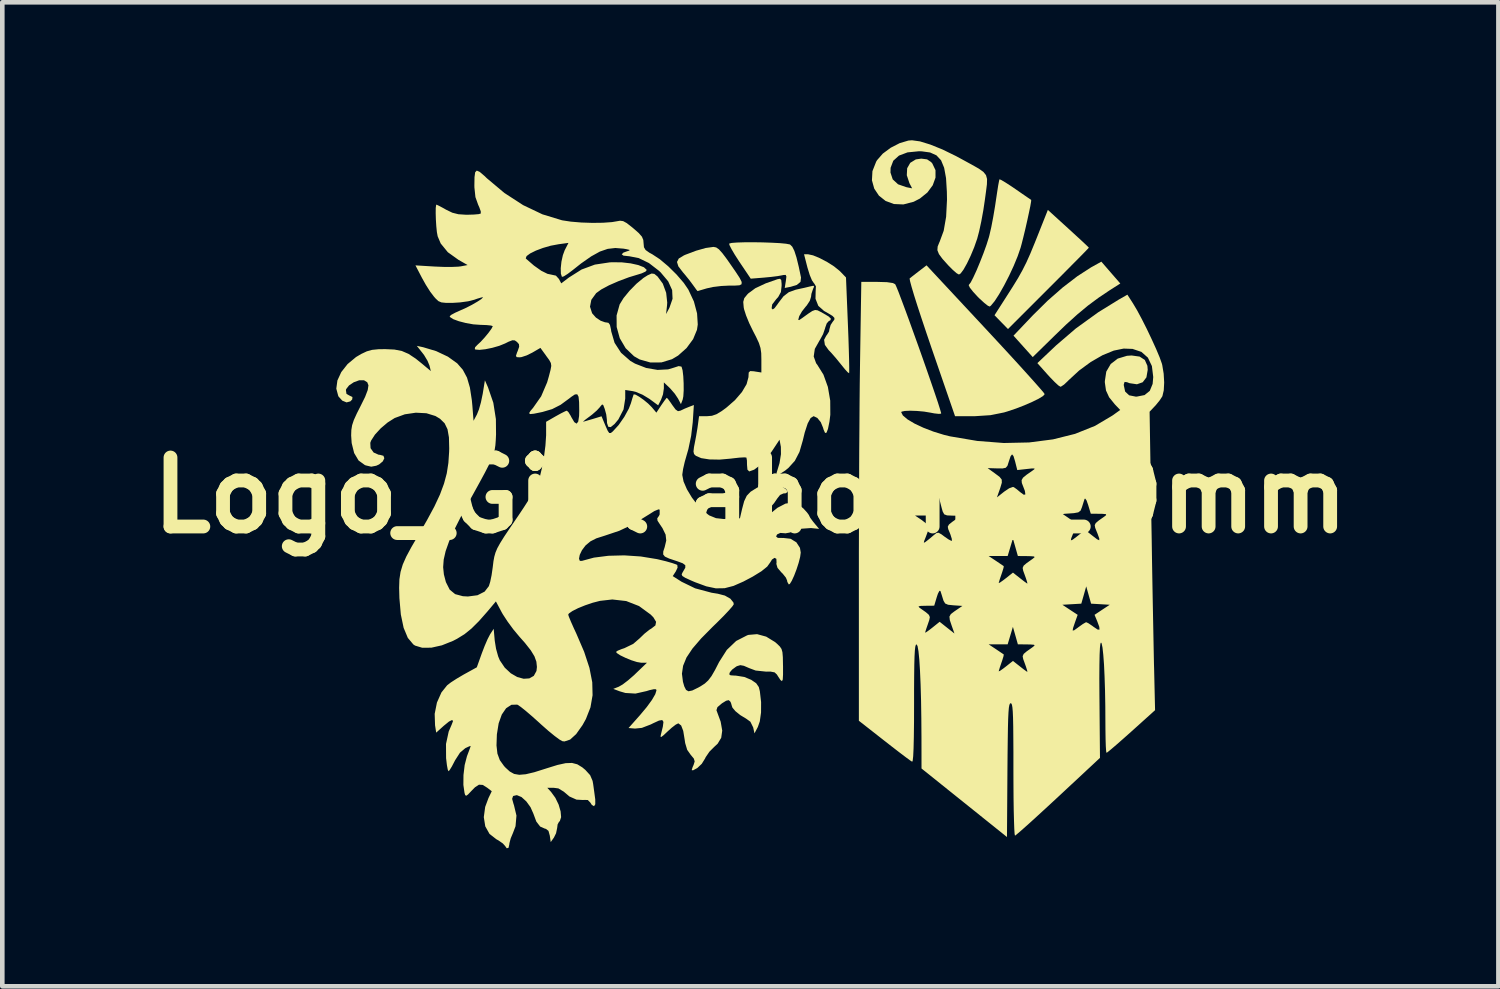
<source format=kicad_pcb>
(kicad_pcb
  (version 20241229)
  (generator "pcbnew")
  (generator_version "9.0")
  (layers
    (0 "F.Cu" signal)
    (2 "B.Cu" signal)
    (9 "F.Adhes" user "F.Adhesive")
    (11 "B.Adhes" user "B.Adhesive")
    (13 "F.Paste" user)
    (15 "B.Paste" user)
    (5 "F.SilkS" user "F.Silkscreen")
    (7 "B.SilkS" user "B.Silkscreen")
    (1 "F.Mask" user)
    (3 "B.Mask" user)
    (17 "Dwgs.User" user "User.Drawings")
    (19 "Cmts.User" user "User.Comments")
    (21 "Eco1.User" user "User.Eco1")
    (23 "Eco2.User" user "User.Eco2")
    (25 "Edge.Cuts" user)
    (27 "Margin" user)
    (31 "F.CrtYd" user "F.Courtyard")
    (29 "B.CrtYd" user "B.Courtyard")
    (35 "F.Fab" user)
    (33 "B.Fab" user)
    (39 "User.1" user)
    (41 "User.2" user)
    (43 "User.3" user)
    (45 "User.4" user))
  (footprint "Logo_Gjallahorn_20mm"
    (layer "F.Cu")
    (at 13.264 7.719)
    (property "Reference" "Logo_Gjallahorn_20mm" (at 0 0 0) (layer "F.SilkS") (effects (font (size 1.5 1.5) (thickness 0.3))))
    (attr board_only exclude_from_pos_files exclude_from_bom)
    (fp_poly (pts (xy 7.838 -4.842) (xy 8.044 -4.605) (xy 7.812 -4.457) (xy 7.569 -4.294) (xy 7.34 -4.124) (xy 7.11 -3.933) (xy 6.859 -3.706) (xy 6.62 -3.475) (xy 6.14 -3.005) (xy 5.931 -3.238) (xy 5.722 -3.471) (xy 6.145 -3.916) (xy 6.464 -4.231) (xy 6.791 -4.518) (xy 7.11 -4.763) (xy 7.407 -4.955) (xy 7.434 -4.97) (xy 7.632 -5.08)) (stroke (width 0) (type solid)) (fill yes) (layer "F.SilkS"))
    (fp_poly (pts (xy 6.914 -5.8) (xy 7.069 -5.658) (xy 7.201 -5.537) (xy 7.299 -5.445) (xy 7.353 -5.392) (xy 7.36 -5.384) (xy 7.333 -5.354) (xy 7.256 -5.274) (xy 7.136 -5.152) (xy 6.979 -4.994) (xy 6.794 -4.807) (xy 6.585 -4.598) (xy 6.481 -4.494) (xy 5.602 -3.615) (xy 5.455 -3.765) (xy 5.309 -3.915) (xy 5.548 -4.288) (xy 5.701 -4.528) (xy 5.821 -4.723) (xy 5.917 -4.895) (xy 6.002 -5.064) (xy 6.086 -5.251) (xy 6.18 -5.479) (xy 6.235 -5.616) (xy 6.469 -6.205)) (stroke (width 0) (type solid)) (fill yes) (layer "F.SilkS"))
    (fp_poly (pts (xy -0.742 -5.389) (xy -0.683 -5.348) (xy -0.609 -5.266) (xy -0.509 -5.133) (xy -0.447 -5.044) (xy -0.316 -4.855) (xy -0.23 -4.723) (xy -0.188 -4.638) (xy -0.191 -4.589) (xy -0.237 -4.566) (xy -0.328 -4.56) (xy -0.449 -4.56) (xy -0.631 -4.551) (xy -0.812 -4.529) (xy -0.944 -4.5) (xy -1.056 -4.467) (xy -1.131 -4.445) (xy -1.147 -4.44) (xy -1.172 -4.469) (xy -1.225 -4.542) (xy -1.245 -4.57) (xy -1.329 -4.683) (xy -1.432 -4.809) (xy -1.467 -4.85) (xy -1.565 -4.978) (xy -1.595 -5.073) (xy -1.556 -5.148) (xy -1.444 -5.216) (xy -1.41 -5.231) (xy -1.179 -5.318) (xy -0.971 -5.377) (xy -0.806 -5.4) (xy -0.797 -5.4)) (stroke (width 0) (type solid)) (fill yes) (layer "F.SilkS"))
    (fp_poly (pts (xy 0.265 -5.499) (xy 0.463 -5.492) (xy 0.639 -5.483) (xy 0.776 -5.47) (xy 0.856 -5.455) (xy 0.865 -5.451) (xy 0.912 -5.405) (xy 0.957 -5.315) (xy 1.003 -5.173) (xy 1.053 -4.968) (xy 1.102 -4.735) (xy 1.091 -4.641) (xy 1.011 -4.574) (xy 0.88 -4.534) (xy 0.748 -4.508) (xy 0.772 -4.658) (xy 0.784 -4.755) (xy 0.77 -4.792) (xy 0.716 -4.789) (xy 0.688 -4.783) (xy 0.594 -4.766) (xy 0.45 -4.748) (xy 0.294 -4.733) (xy 0.009 -4.71) (xy -0.239 -5.078) (xy -0.336 -5.228) (xy -0.41 -5.354) (xy -0.454 -5.441) (xy -0.46 -5.473) (xy -0.407 -5.487) (xy -0.291 -5.496) (xy -0.129 -5.501) (xy 0.062 -5.502)) (stroke (width 0) (type solid)) (fill yes) (layer "F.SilkS"))
    (fp_poly (pts (xy 5.116 -3.621) (xy 5.375 -3.342) (xy 5.617 -3.08) (xy 5.836 -2.841) (xy 6.026 -2.631) (xy 6.183 -2.456) (xy 6.302 -2.321) (xy 6.376 -2.234) (xy 6.4 -2.199) (xy 6.365 -2.159) (xy 6.269 -2.1) (xy 6.129 -2.031) (xy 5.959 -1.957) (xy 5.776 -1.886) (xy 5.594 -1.825) (xy 5.518 -1.802) (xy 5.22 -1.742) (xy 4.882 -1.72) (xy 4.836 -1.72) (xy 4.451 -1.72) (xy 3.94 -3.202) (xy 3.826 -3.537) (xy 3.723 -3.845) (xy 3.633 -4.119) (xy 3.56 -4.35) (xy 3.506 -4.532) (xy 3.473 -4.655) (xy 3.463 -4.712) (xy 3.464 -4.715) (xy 3.515 -4.756) (xy 3.605 -4.826) (xy 3.666 -4.873) (xy 3.831 -5)) (stroke (width 0) (type solid)) (fill yes) (layer "F.SilkS"))
    (fp_poly (pts (xy 1.364 -5.217) (xy 1.509 -5.157) (xy 1.669 -5.073) (xy 1.82 -4.977) (xy 1.938 -4.882) (xy 1.951 -4.87) (xy 2.08 -4.736) (xy 2.122 -3.703) (xy 2.133 -3.424) (xy 2.141 -3.173) (xy 2.147 -2.959) (xy 2.15 -2.794) (xy 2.15 -2.689) (xy 2.148 -2.654) (xy 2.117 -2.675) (xy 2.053 -2.745) (xy 1.969 -2.849) (xy 1.968 -2.85) (xy 1.865 -2.977) (xy 1.765 -3.092) (xy 1.702 -3.158) (xy 1.621 -3.27) (xy 1.604 -3.382) (xy 1.653 -3.474) (xy 1.66 -3.48) (xy 1.711 -3.56) (xy 1.72 -3.612) (xy 1.746 -3.704) (xy 1.789 -3.77) (xy 1.826 -3.818) (xy 1.829 -3.856) (xy 1.788 -3.899) (xy 1.692 -3.958) (xy 1.603 -4.008) (xy 1.478 -4.119) (xy 1.417 -4.273) (xy 1.42 -4.433) (xy 1.426 -4.544) (xy 1.386 -4.61) (xy 1.381 -4.614) (xy 1.34 -4.674) (xy 1.292 -4.789) (xy 1.247 -4.935) (xy 1.242 -4.951) (xy 1.168 -5.24) (xy 1.258 -5.24)) (stroke (width 0) (type solid)) (fill yes) (layer "F.SilkS"))
    (fp_poly (pts (xy 5.455 -6.856) (xy 5.543 -6.804) (xy 5.667 -6.724) (xy 5.767 -6.656) (xy 5.907 -6.559) (xy 6.019 -6.482) (xy 6.09 -6.434) (xy 6.107 -6.422) (xy 6.104 -6.384) (xy 6.087 -6.284) (xy 6.057 -6.141) (xy 6.02 -5.97) (xy 5.979 -5.79) (xy 5.937 -5.616) (xy 5.899 -5.466) (xy 5.876 -5.382) (xy 5.812 -5.197) (xy 5.726 -4.988) (xy 5.625 -4.771) (xy 5.517 -4.561) (xy 5.41 -4.373) (xy 5.313 -4.223) (xy 5.233 -4.126) (xy 5.206 -4.104) (xy 5.165 -4.121) (xy 5.085 -4.184) (xy 4.979 -4.281) (xy 4.943 -4.317) (xy 4.842 -4.427) (xy 4.773 -4.515) (xy 4.748 -4.568) (xy 4.751 -4.575) (xy 4.791 -4.627) (xy 4.849 -4.739) (xy 4.92 -4.893) (xy 4.995 -5.074) (xy 5.07 -5.265) (xy 5.136 -5.449) (xy 5.187 -5.611) (xy 5.199 -5.657) (xy 5.239 -5.831) (xy 5.281 -6.05) (xy 5.32 -6.281) (xy 5.339 -6.408) (xy 5.366 -6.588) (xy 5.389 -6.736) (xy 5.408 -6.836) (xy 5.417 -6.871)) (stroke (width 0) (type solid)) (fill yes) (layer "F.SilkS"))
    (fp_poly (pts (xy 3.689 -7.695) (xy 3.913 -7.626) (xy 4.178 -7.519) (xy 4.471 -7.376) (xy 4.615 -7.298) (xy 4.822 -7.185) (xy 4.97 -7.101) (xy 5.068 -7.031) (xy 5.124 -6.961) (xy 5.147 -6.877) (xy 5.144 -6.762) (xy 5.124 -6.604) (xy 5.101 -6.434) (xy 5.066 -6.199) (xy 5.022 -5.958) (xy 4.975 -5.74) (xy 4.933 -5.581) (xy 4.867 -5.392) (xy 4.79 -5.207) (xy 4.71 -5.04) (xy 4.635 -4.907) (xy 4.572 -4.823) (xy 4.536 -4.8) (xy 4.487 -4.827) (xy 4.404 -4.899) (xy 4.311 -4.992) (xy 4.18 -5.137) (xy 4.101 -5.244) (xy 4.067 -5.329) (xy 4.073 -5.409) (xy 4.11 -5.501) (xy 4.115 -5.51) (xy 4.204 -5.751) (xy 4.257 -6.055) (xy 4.276 -6.426) (xy 4.273 -6.602) (xy 4.255 -6.897) (xy 4.214 -7.121) (xy 4.147 -7.284) (xy 4.046 -7.392) (xy 3.908 -7.454) (xy 3.725 -7.479) (xy 3.661 -7.48) (xy 3.418 -7.456) (xy 3.232 -7.386) (xy 3.108 -7.274) (xy 3.05 -7.121) (xy 3.047 -7.017) (xy 3.096 -6.869) (xy 3.212 -6.762) (xy 3.389 -6.7) (xy 3.518 -6.674) (xy 3.459 -6.787) (xy 3.402 -6.959) (xy 3.41 -7.111) (xy 3.477 -7.229) (xy 3.598 -7.303) (xy 3.717 -7.32) (xy 3.843 -7.304) (xy 3.93 -7.246) (xy 3.957 -7.215) (xy 4.026 -7.069) (xy 4.026 -6.907) (xy 3.966 -6.741) (xy 3.851 -6.585) (xy 3.687 -6.452) (xy 3.551 -6.382) (xy 3.328 -6.324) (xy 3.122 -6.333) (xy 2.941 -6.4) (xy 2.796 -6.515) (xy 2.694 -6.668) (xy 2.644 -6.849) (xy 2.655 -7.048) (xy 2.736 -7.254) (xy 2.756 -7.287) (xy 2.88 -7.429) (xy 3.053 -7.557) (xy 3.248 -7.657) (xy 3.437 -7.713) (xy 3.516 -7.719)) (stroke (width 0) (type solid)) (fill yes) (layer "F.SilkS"))
    (fp_poly (pts (xy 0.672 -4.681) (xy 0.68 -4.598) (xy 0.68 -4.555) (xy 0.665 -4.419) (xy 0.607 -4.313) (xy 0.559 -4.259) (xy 0.475 -4.149) (xy 0.463 -4.068) (xy 0.463 -4.066) (xy 0.487 -4.041) (xy 0.527 -4.069) (xy 0.594 -4.158) (xy 0.609 -4.181) (xy 0.721 -4.327) (xy 0.838 -4.417) (xy 0.987 -4.47) (xy 1.04 -4.482) (xy 1.174 -4.511) (xy 1.294 -4.54) (xy 1.372 -4.557) (xy 1.387 -4.538) (xy 1.364 -4.488) (xy 1.328 -4.38) (xy 1.32 -4.315) (xy 1.293 -4.229) (xy 1.227 -4.128) (xy 1.204 -4.102) (xy 1.123 -3.999) (xy 1.066 -3.9) (xy 1.059 -3.882) (xy 1.042 -3.815) (xy 1.061 -3.809) (xy 1.125 -3.852) (xy 1.259 -3.949) (xy 1.347 -4.007) (xy 1.408 -4.029) (xy 1.462 -4.022) (xy 1.529 -3.988) (xy 1.584 -3.958) (xy 1.702 -3.888) (xy 1.752 -3.84) (xy 1.741 -3.806) (xy 1.705 -3.787) (xy 1.661 -3.737) (xy 1.627 -3.642) (xy 1.625 -3.63) (xy 1.582 -3.505) (xy 1.513 -3.378) (xy 1.504 -3.365) (xy 1.402 -3.183) (xy 1.378 -3.018) (xy 1.43 -2.872) (xy 1.455 -2.839) (xy 1.59 -2.623) (xy 1.686 -2.356) (xy 1.737 -2.059) (xy 1.739 -1.751) (xy 1.721 -1.605) (xy 1.688 -1.443) (xy 1.656 -1.361) (xy 1.625 -1.356) (xy 1.593 -1.428) (xy 1.581 -1.47) (xy 1.531 -1.591) (xy 1.456 -1.682) (xy 1.378 -1.72) (xy 1.375 -1.72) (xy 1.311 -1.68) (xy 1.247 -1.562) (xy 1.183 -1.366) (xy 1.141 -1.193) (xy 1.068 -0.942) (xy 0.968 -0.75) (xy 0.828 -0.595) (xy 0.756 -0.537) (xy 0.641 -0.462) (xy 0.579 -0.445) (xy 0.57 -0.485) (xy 0.576 -0.505) (xy 0.635 -0.7) (xy 0.666 -0.894) (xy 0.664 -1.053) (xy 0.662 -1.064) (xy 0.635 -1.209) (xy 0.467 -0.955) (xy 0.341 -0.787) (xy 0.208 -0.65) (xy 0.083 -0.557) (xy -0.02 -0.52) (xy -0.025 -0.52) (xy -0.063 -0.557) (xy -0.072 -0.66) (xy -0.074 -0.759) (xy -0.085 -0.818) (xy -0.087 -0.821) (xy -0.134 -0.825) (xy -0.239 -0.819) (xy -0.382 -0.803) (xy -0.42 -0.798) (xy -0.667 -0.776) (xy -0.889 -0.78) (xy -1.068 -0.808) (xy -1.184 -0.858) (xy -1.224 -0.897) (xy -1.236 -0.953) (xy -1.225 -1.049) (xy -1.21 -1.125) (xy -1.178 -1.292) (xy -1.149 -1.466) (xy -1.14 -1.53) (xy -1.115 -1.72) (xy -0.942 -1.72) (xy -0.835 -1.729) (xy -0.736 -1.763) (xy -0.619 -1.834) (xy -0.527 -1.901) (xy -0.335 -2.068) (xy -0.183 -2.245) (xy -0.081 -2.417) (xy -0.04 -2.571) (xy -0.04 -2.584) (xy -0.035 -2.67) (xy -0.003 -2.701) (xy 0.079 -2.696) (xy 0.1 -2.692) (xy 0.24 -2.67) (xy 0.24 -2.95) (xy 0.237 -3.091) (xy 0.221 -3.203) (xy 0.186 -3.313) (xy 0.123 -3.448) (xy 0.06 -3.569) (xy -0.023 -3.74) (xy -0.092 -3.908) (xy -0.136 -4.045) (xy -0.144 -4.086) (xy -0.154 -4.205) (xy -0.132 -4.286) (xy -0.066 -4.367) (xy -0.044 -4.39) (xy 0.108 -4.502) (xy 0.336 -4.609) (xy 0.59 -4.698) (xy 0.646 -4.708)) (stroke (width 0) (type solid)) (fill yes) (layer "F.SilkS"))
    (fp_poly (pts (xy 2.97 -4.634) (xy 3.1 -4.615) (xy 3.149 -4.59) (xy 3.174 -4.538) (xy 3.221 -4.423) (xy 3.285 -4.254) (xy 3.364 -4.043) (xy 3.454 -3.798) (xy 3.55 -3.531) (xy 3.651 -3.251) (xy 3.751 -2.969) (xy 3.847 -2.695) (xy 3.936 -2.438) (xy 4.014 -2.21) (xy 4.078 -2.02) (xy 4.123 -1.877) (xy 4.147 -1.794) (xy 4.149 -1.776) (xy 4.1 -1.77) (xy 3.999 -1.781) (xy 3.921 -1.796) (xy 3.777 -1.82) (xy 3.622 -1.834) (xy 3.476 -1.839) (xy 3.358 -1.834) (xy 3.29 -1.819) (xy 3.28 -1.807) (xy 3.317 -1.735) (xy 3.418 -1.65) (xy 3.571 -1.559) (xy 3.763 -1.469) (xy 3.981 -1.385) (xy 4.211 -1.314) (xy 4.342 -1.282) (xy 4.934 -1.182) (xy 5.51 -1.137) (xy 6.061 -1.149) (xy 6.581 -1.216) (xy 7.061 -1.336) (xy 7.495 -1.51) (xy 7.871 -1.733) (xy 8.042 -1.855) (xy 7.926 -1.977) (xy 7.801 -2.131) (xy 7.733 -2.279) (xy 7.708 -2.453) (xy 7.708 -2.482) (xy 7.739 -2.689) (xy 7.836 -2.855) (xy 7.988 -2.972) (xy 8.189 -3.033) (xy 8.29 -3.04) (xy 8.464 -3.016) (xy 8.577 -2.943) (xy 8.633 -2.816) (xy 8.64 -2.728) (xy 8.612 -2.564) (xy 8.531 -2.458) (xy 8.406 -2.414) (xy 8.244 -2.438) (xy 8.19 -2.459) (xy 8.137 -2.465) (xy 8.12 -2.412) (xy 8.12 -2.392) (xy 8.149 -2.256) (xy 8.236 -2.174) (xy 8.383 -2.145) (xy 8.404 -2.146) (xy 8.571 -2.179) (xy 8.685 -2.271) (xy 8.747 -2.422) (xy 8.76 -2.572) (xy 8.731 -2.81) (xy 8.644 -2.993) (xy 8.503 -3.118) (xy 8.31 -3.183) (xy 8.117 -3.19) (xy 7.902 -3.146) (xy 7.658 -3.046) (xy 7.401 -2.898) (xy 7.149 -2.713) (xy 6.918 -2.5) (xy 6.903 -2.484) (xy 6.821 -2.407) (xy 6.756 -2.364) (xy 6.743 -2.36) (xy 6.698 -2.388) (xy 6.617 -2.463) (xy 6.513 -2.57) (xy 6.47 -2.617) (xy 6.241 -2.874) (xy 6.65 -3.261) (xy 7.078 -3.628) (xy 7.564 -3.979) (xy 8.009 -4.254) (xy 8.198 -4.362) (xy 8.321 -4.171) (xy 8.41 -4.021) (xy 8.513 -3.829) (xy 8.622 -3.613) (xy 8.728 -3.39) (xy 8.824 -3.179) (xy 8.9 -2.998) (xy 8.948 -2.863) (xy 8.956 -2.832) (xy 8.987 -2.645) (xy 8.998 -2.453) (xy 8.989 -2.282) (xy 8.96 -2.158) (xy 8.955 -2.147) (xy 8.898 -2.061) (xy 8.815 -1.959) (xy 8.796 -1.939) (xy 8.681 -1.817) (xy 8.719 0.521) (xy 8.727 0.981) (xy 8.734 1.444) (xy 8.742 1.899) (xy 8.75 2.336) (xy 8.758 2.742) (xy 8.765 3.107) (xy 8.771 3.42) (xy 8.776 3.669) (xy 8.779 3.766) (xy 8.8 4.672) (xy 8.285 5.136) (xy 8.115 5.287) (xy 7.966 5.418) (xy 7.848 5.519) (xy 7.771 5.582) (xy 7.744 5.6) (xy 7.736 5.562) (xy 7.729 5.458) (xy 7.724 5.3) (xy 7.721 5.101) (xy 7.72 4.946) (xy 7.718 4.585) (xy 7.712 4.248) (xy 7.702 3.944) (xy 7.69 3.681) (xy 7.674 3.467) (xy 7.657 3.311) (xy 7.638 3.22) (xy 7.624 3.2) (xy 7.611 3.229) (xy 7.601 3.317) (xy 7.594 3.469) (xy 7.59 3.688) (xy 7.588 3.978) (xy 7.59 4.344) (xy 7.591 4.454) (xy 7.602 5.709) (xy 6.695 6.554) (xy 6.469 6.763) (xy 6.262 6.953) (xy 6.081 7.118) (xy 5.932 7.251) (xy 5.824 7.345) (xy 5.764 7.394) (xy 5.754 7.4) (xy 5.746 7.361) (xy 5.739 7.252) (xy 5.733 7.08) (xy 5.727 6.855) (xy 5.723 6.586) (xy 5.721 6.281) (xy 5.72 5.96) (xy 5.72 5.578) (xy 5.718 5.269) (xy 5.716 5.025) (xy 5.712 4.839) (xy 5.706 4.703) (xy 5.698 4.611) (xy 5.688 4.555) (xy 5.675 4.527) (xy 5.66 4.52) (xy 5.645 4.529) (xy 5.632 4.56) (xy 5.621 4.62) (xy 5.613 4.718) (xy 5.606 4.859) (xy 5.601 5.053) (xy 5.597 5.305) (xy 5.593 5.623) (xy 5.59 5.975) (xy 5.58 7.43) (xy 4.651 6.685) (xy 3.722 5.94) (xy 3.721 5.28) (xy 3.718 4.851) (xy 3.712 4.46) (xy 3.702 4.113) (xy 3.689 3.815) (xy 3.674 3.572) (xy 3.656 3.392) (xy 3.636 3.279) (xy 3.614 3.24) (xy 5.181 3.24) (xy 5.341 3.346) (xy 5.436 3.41) (xy 5.498 3.452) (xy 5.51 3.46) (xy 5.505 3.498) (xy 5.478 3.587) (xy 5.46 3.639) (xy 5.424 3.745) (xy 5.403 3.816) (xy 5.4 3.828) (xy 5.428 3.817) (xy 5.499 3.767) (xy 5.555 3.724) (xy 5.71 3.601) (xy 5.861 3.72) (xy 5.951 3.79) (xy 6.011 3.833) (xy 6.024 3.84) (xy 6.018 3.806) (xy 5.991 3.721) (xy 5.968 3.657) (xy 5.933 3.561) (xy 5.921 3.499) (xy 5.943 3.449) (xy 6.008 3.394) (xy 6.125 3.311) (xy 6.14 3.3) (xy 6.18 3.267) (xy 6.17 3.25) (xy 6.098 3.244) (xy 6.018 3.242) (xy 5.817 3.24) (xy 5.763 3.05) (xy 5.709 2.86) (xy 5.652 3.05) (xy 5.595 3.24) (xy 5.388 3.24) (xy 5.181 3.24) (xy 3.614 3.24) (xy 3.598 3.253) (xy 3.586 3.296) (xy 3.577 3.378) (xy 3.57 3.504) (xy 3.565 3.683) (xy 3.562 3.921) (xy 3.56 4.226) (xy 3.56 4.523) (xy 3.559 4.928) (xy 3.555 5.254) (xy 3.549 5.502) (xy 3.541 5.673) (xy 3.53 5.77) (xy 3.519 5.793) (xy 3.475 5.765) (xy 3.38 5.695) (xy 3.244 5.592) (xy 3.078 5.464) (xy 2.919 5.34) (xy 2.36 4.902) (xy 2.36 2.416) (xy 3.657 2.416) (xy 3.673 2.44) (xy 3.7 2.46) (xy 3.818 2.543) (xy 3.882 2.599) (xy 3.903 2.648) (xy 3.891 2.711) (xy 3.862 2.796) (xy 3.825 2.903) (xy 3.803 2.974) (xy 3.8 2.987) (xy 3.828 2.974) (xy 3.899 2.923) (xy 3.958 2.877) (xy 4.116 2.75) (xy 4.277 2.878) (xy 4.438 3.005) (xy 4.379 2.838) (xy 4.337 2.713) (xy 4.329 2.637) (xy 4.36 2.582) (xy 4.438 2.523) (xy 4.466 2.504) (xy 4.611 2.405) (xy 4.419 2.392) (xy 4.302 2.38) (xy 6.785 2.38) (xy 6.951 2.49) (xy 7.117 2.599) (xy 7.058 2.765) (xy 7.017 2.886) (xy 7.008 2.94) (xy 7.039 2.936) (xy 7.116 2.881) (xy 7.137 2.865) (xy 7.228 2.8) (xy 7.292 2.763) (xy 7.304 2.76) (xy 7.351 2.782) (xy 7.434 2.838) (xy 7.466 2.862) (xy 7.553 2.92) (xy 7.592 2.92) (xy 7.587 2.86) (xy 7.542 2.738) (xy 7.484 2.599) (xy 7.649 2.489) (xy 7.815 2.38) (xy 7.612 2.368) (xy 7.409 2.356) (xy 7.356 2.168) (xy 7.303 1.98) (xy 7.25 2.168) (xy 7.196 2.356) (xy 6.991 2.368) (xy 6.785 2.38) (xy 4.302 2.38) (xy 4.3 2.38) (xy 4.236 2.352) (xy 4.201 2.294) (xy 4.19 2.26) (xy 4.157 2.154) (xy 4.133 2.08) (xy 4.111 2.077) (xy 4.078 2.141) (xy 4.055 2.21) (xy 3.998 2.4) (xy 3.809 2.402) (xy 3.699 2.405) (xy 3.657 2.416) (xy 2.36 2.416) (xy 2.36 1.781) (xy 2.36 1.32) (xy 5.181 1.32) (xy 5.341 1.426) (xy 5.436 1.49) (xy 5.498 1.532) (xy 5.51 1.54) (xy 5.505 1.578) (xy 5.478 1.667) (xy 5.46 1.719) (xy 5.424 1.825) (xy 5.403 1.896) (xy 5.4 1.908) (xy 5.428 1.897) (xy 5.499 1.847) (xy 5.555 1.804) (xy 5.71 1.681) (xy 5.861 1.8) (xy 5.951 1.87) (xy 6.011 1.913) (xy 6.024 1.92) (xy 6.018 1.886) (xy 5.991 1.801) (xy 5.968 1.737) (xy 5.933 1.641) (xy 5.921 1.579) (xy 5.943 1.529) (xy 6.008 1.474) (xy 6.125 1.391) (xy 6.14 1.38) (xy 6.18 1.347) (xy 6.17 1.33) (xy 6.098 1.324) (xy 6.018 1.322) (xy 5.817 1.32) (xy 5.763 1.13) (xy 5.709 0.94) (xy 5.652 1.13) (xy 5.595 1.32) (xy 5.388 1.32) (xy 5.181 1.32) (xy 2.36 1.32) (xy 2.36 1.235) (xy 2.362 0.672) (xy 2.362 0.44) (xy 3.581 0.44) (xy 3.731 0.541) (xy 3.828 0.617) (xy 3.871 0.686) (xy 3.863 0.776) (xy 3.816 0.903) (xy 3.778 0.998) (xy 3.773 1.032) (xy 3.802 1.018) (xy 3.826 1) (xy 3.914 0.93) (xy 3.989 0.866) (xy 4.046 0.821) (xy 4.093 0.814) (xy 4.156 0.849) (xy 4.221 0.898) (xy 4.311 0.96) (xy 4.371 0.99) (xy 4.383 0.99) (xy 4.38 0.946) (xy 4.352 0.856) (xy 4.337 0.818) (xy 4.303 0.736) (xy 4.293 0.682) (xy 4.318 0.636) (xy 4.388 0.579) (xy 4.5 0.5) (xy 4.541 0.467) (xy 4.531 0.45) (xy 4.457 0.443) (xy 4.392 0.442) (xy 4.277 0.437) (xy 4.216 0.414) (xy 4.211 0.405) (xy 6.789 0.405) (xy 6.934 0.504) (xy 7.03 0.575) (xy 7.071 0.636) (xy 7.063 0.714) (xy 7.02 0.826) (xy 6.977 0.935) (xy 6.97 0.98) (xy 7.009 0.965) (xy 7.1 0.896) (xy 7.12 0.88) (xy 7.28 0.753) (xy 7.44 0.88) (xy 7.539 0.956) (xy 7.586 0.978) (xy 7.587 0.94) (xy 7.55 0.836) (xy 7.533 0.795) (xy 7.498 0.707) (xy 7.488 0.649) (xy 7.511 0.602) (xy 7.578 0.546) (xy 7.699 0.461) (xy 7.7 0.46) (xy 7.741 0.427) (xy 7.73 0.41) (xy 7.657 0.403) (xy 7.591 0.402) (xy 7.402 0.4) (xy 7.345 0.21) (xy 7.309 0.109) (xy 7.279 0.07) (xy 7.267 0.08) (xy 7.241 0.161) (xy 7.21 0.26) (xy 7.18 0.334) (xy 7.13 0.371) (xy 7.036 0.388) (xy 6.981 0.392) (xy 6.789 0.405) (xy 4.211 0.405) (xy 4.182 0.352) (xy 4.159 0.27) (xy 4.13 0.157) (xy 4.109 0.075) (xy 4.104 0.06) (xy 4.089 0.072) (xy 4.063 0.145) (xy 4.039 0.23) (xy 3.985 0.44) (xy 3.783 0.44) (xy 3.581 0.44) (xy 2.362 0.44) (xy 2.363 0.104) (xy 2.366 -0.459) (xy 2.366 -0.591) (xy 5.16 -0.591) (xy 5.32 -0.475) (xy 5.419 -0.401) (xy 5.466 -0.342) (xy 5.468 -0.273) (xy 5.435 -0.163) (xy 5.421 -0.122) (xy 5.362 0.045) (xy 5.52 -0.08) (xy 5.627 -0.152) (xy 5.707 -0.181) (xy 5.729 -0.177) (xy 5.795 -0.13) (xy 5.87 -0.067) (xy 5.947 -0.011) (xy 5.98 -0.02) (xy 5.969 -0.096) (xy 5.936 -0.182) (xy 5.903 -0.268) (xy 5.898 -0.329) (xy 5.929 -0.383) (xy 6.008 -0.448) (xy 6.122 -0.527) (xy 6.175 -0.566) (xy 6.179 -0.583) (xy 6.123 -0.584) (xy 6.012 -0.572) (xy 5.804 -0.549) (xy 5.757 -0.736) (xy 5.722 -0.852) (xy 5.691 -0.89) (xy 5.659 -0.85) (xy 5.619 -0.732) (xy 5.618 -0.727) (xy 5.59 -0.641) (xy 5.553 -0.598) (xy 5.483 -0.584) (xy 5.368 -0.585) (xy 5.16 -0.591) (xy 2.366 -0.591) (xy 2.368 -1.004) (xy 2.372 -1.521) (xy 2.375 -2) (xy 2.379 -2.427) (xy 2.384 -2.793) (xy 2.387 -2.99) (xy 2.413 -4.64) (xy 2.762 -4.64)) (stroke (width 0) (type solid)) (fill yes) (layer "F.SilkS"))
    (fp_poly (pts (xy -5.884 -7.032) (xy -5.782 -6.945) (xy -5.728 -6.893) (xy -5.347 -6.573) (xy -4.94 -6.309) (xy -4.52 -6.109) (xy -4.1 -5.981) (xy -4.087 -5.978) (xy -3.902 -5.95) (xy -3.675 -5.931) (xy -3.434 -5.923) (xy -3.203 -5.926) (xy -3.009 -5.94) (xy -2.913 -5.956) (xy -2.832 -5.97) (xy -2.765 -5.961) (xy -2.69 -5.92) (xy -2.584 -5.838) (xy -2.544 -5.805) (xy -2.425 -5.701) (xy -2.357 -5.623) (xy -2.327 -5.551) (xy -2.321 -5.48) (xy -2.313 -5.393) (xy -2.277 -5.333) (xy -2.197 -5.276) (xy -2.131 -5.24) (xy -1.967 -5.132) (xy -1.784 -4.978) (xy -1.604 -4.8) (xy -1.447 -4.618) (xy -1.348 -4.473) (xy -1.227 -4.214) (xy -1.158 -3.955) (xy -1.143 -3.714) (xy -1.16 -3.598) (xy -1.244 -3.395) (xy -1.387 -3.201) (xy -1.57 -3.038) (xy -1.703 -2.959) (xy -1.933 -2.889) (xy -2.175 -2.888) (xy -2.407 -2.954) (xy -2.528 -3.023) (xy -2.711 -3.198) (xy -2.839 -3.416) (xy -2.906 -3.659) (xy -2.908 -3.91) (xy -2.841 -4.151) (xy -2.756 -4.289) (xy -2.627 -4.446) (xy -2.476 -4.6) (xy -2.325 -4.725) (xy -2.232 -4.784) (xy -2.146 -4.822) (xy -2.087 -4.814) (xy -2.017 -4.757) (xy -1.903 -4.602) (xy -1.83 -4.403) (xy -1.807 -4.19) (xy -1.811 -4.13) (xy -1.832 -3.94) (xy -1.758 -4.08) (xy -1.691 -4.273) (xy -1.7 -4.462) (xy -1.786 -4.652) (xy -1.95 -4.847) (xy -1.986 -4.881) (xy -2.205 -5.05) (xy -2.428 -5.158) (xy -2.64 -5.199) (xy -2.65 -5.199) (xy -2.759 -5.211) (xy -2.796 -5.24) (xy -2.759 -5.277) (xy -2.69 -5.302) (xy -2.629 -5.322) (xy -2.628 -5.336) (xy -2.695 -5.352) (xy -2.76 -5.363) (xy -2.935 -5.377) (xy -3.101 -5.358) (xy -3.272 -5.299) (xy -3.461 -5.194) (xy -3.681 -5.04) (xy -3.861 -4.897) (xy -3.97 -4.815) (xy -4.054 -4.761) (xy -4.096 -4.749) (xy -4.096 -4.749) (xy -4.119 -4.818) (xy -4.122 -4.937) (xy -4.107 -5.08) (xy -4.076 -5.22) (xy -4.037 -5.326) (xy -3.954 -5.488) (xy -4.167 -5.459) (xy -4.339 -5.427) (xy -4.509 -5.378) (xy -4.663 -5.32) (xy -4.786 -5.259) (xy -4.864 -5.202) (xy -4.883 -5.154) (xy -4.876 -5.143) (xy -4.705 -4.995) (xy -4.545 -4.882) (xy -4.41 -4.815) (xy -4.337 -4.8) (xy -4.227 -4.776) (xy -4.162 -4.704) (xy -4.111 -4.608) (xy -3.943 -4.736) (xy -3.669 -4.909) (xy -3.38 -5.016) (xy -3.054 -5.065) (xy -3 -5.067) (xy -2.796 -5.065) (xy -2.603 -5.043) (xy -2.436 -5.006) (xy -2.314 -4.958) (xy -2.254 -4.902) (xy -2.252 -4.898) (xy -2.279 -4.864) (xy -2.361 -4.826) (xy -2.409 -4.811) (xy -2.639 -4.741) (xy -2.866 -4.656) (xy -3.074 -4.565) (xy -3.242 -4.475) (xy -3.351 -4.396) (xy -3.353 -4.394) (xy -3.457 -4.25) (xy -3.486 -4.101) (xy -3.44 -3.958) (xy -3.357 -3.864) (xy -3.255 -3.796) (xy -3.158 -3.761) (xy -3.142 -3.76) (xy -3.085 -3.75) (xy -3.052 -3.705) (xy -3.03 -3.607) (xy -3.024 -3.563) (xy -2.952 -3.316) (xy -2.811 -3.099) (xy -2.61 -2.923) (xy -2.507 -2.863) (xy -2.263 -2.768) (xy -2.016 -2.726) (xy -1.788 -2.738) (xy -1.67 -2.773) (xy -1.559 -2.809) (xy -1.501 -2.799) (xy -1.494 -2.791) (xy -1.473 -2.717) (xy -1.458 -2.59) (xy -1.45 -2.436) (xy -1.449 -2.281) (xy -1.457 -2.151) (xy -1.471 -2.081) (xy -1.509 -1.982) (xy -1.571 -2.101) (xy -1.642 -2.208) (xy -1.738 -2.319) (xy -1.756 -2.337) (xy -1.88 -2.455) (xy -1.88 -2.325) (xy -1.899 -2.194) (xy -1.942 -2.076) (xy -2.004 -1.956) (xy -2.195 -2.097) (xy -2.342 -2.186) (xy -2.492 -2.249) (xy -2.553 -2.264) (xy -2.72 -2.29) (xy -2.72 -2.103) (xy -2.757 -1.867) (xy -2.869 -1.65) (xy -2.952 -1.55) (xy -3.035 -1.483) (xy -3.089 -1.49) (xy -3.116 -1.572) (xy -3.119 -1.644) (xy -3.133 -1.758) (xy -3.165 -1.876) (xy -3.197 -1.96) (xy -3.222 -1.976) (xy -3.26 -1.932) (xy -3.269 -1.919) (xy -3.337 -1.845) (xy -3.44 -1.755) (xy -3.49 -1.717) (xy -3.579 -1.651) (xy -3.631 -1.608) (xy -3.636 -1.6) (xy -3.592 -1.611) (xy -3.497 -1.639) (xy -3.427 -1.659) (xy -3.235 -1.718) (xy -3.152 -1.518) (xy -3.102 -1.405) (xy -3.068 -1.354) (xy -3.034 -1.354) (xy -2.991 -1.388) (xy -2.863 -1.528) (xy -2.74 -1.705) (xy -2.641 -1.886) (xy -2.597 -2) (xy -2.565 -2.109) (xy -2.541 -2.181) (xy -2.535 -2.195) (xy -2.495 -2.188) (xy -2.416 -2.143) (xy -2.318 -2.074) (xy -2.221 -1.994) (xy -2.145 -1.918) (xy -2.143 -1.916) (xy -2.043 -1.797) (xy -1.936 -1.959) (xy -1.871 -2.052) (xy -1.826 -2.111) (xy -1.815 -2.12) (xy -1.787 -2.09) (xy -1.731 -2.013) (xy -1.696 -1.961) (xy -1.625 -1.865) (xy -1.573 -1.829) (xy -1.521 -1.84) (xy -1.518 -1.841) (xy -1.425 -1.885) (xy -1.337 -1.921) (xy -1.228 -1.963) (xy -1.252 -1.588) (xy -1.287 -1.292) (xy -1.347 -1.004) (xy -1.378 -0.896) (xy -1.426 -0.728) (xy -1.462 -0.571) (xy -1.479 -0.453) (xy -1.479 -0.438) (xy -1.452 -0.3) (xy -1.379 -0.131) (xy -1.27 0.05) (xy -1.14 0.221) (xy -1.036 0.329) (xy -0.894 0.437) (xy -0.747 0.497) (xy -0.567 0.517) (xy -0.423 0.513) (xy -0.226 0.5) (xy -0.18 0.3) (xy -0.134 0.128) (xy -0.078 0.01) (xy 0.005 -0.077) (xy 0.134 -0.158) (xy 0.156 -0.17) (xy 0.315 -0.246) (xy 0.439 -0.274) (xy 0.554 -0.255) (xy 0.683 -0.194) (xy 0.782 -0.125) (xy 0.812 -0.073) (xy 0.769 -0.044) (xy 0.719 -0.04) (xy 0.646 -0.007) (xy 0.585 0.07) (xy 0.517 0.17) (xy 0.423 0.278) (xy 0.404 0.297) (xy 0.326 0.384) (xy 0.283 0.458) (xy 0.28 0.475) (xy 0.297 0.5) (xy 0.352 0.467) (xy 0.39 0.434) (xy 0.591 0.271) (xy 0.766 0.18) (xy 0.921 0.16) (xy 1.06 0.21) (xy 1.155 0.288) (xy 1.231 0.371) (xy 1.275 0.431) (xy 1.28 0.445) (xy 1.304 0.491) (xy 1.363 0.571) (xy 1.388 0.602) (xy 1.495 0.73) (xy 1.318 0.712) (xy 1.09 0.728) (xy 0.967 0.771) (xy 0.852 0.811) (xy 0.762 0.827) (xy 0.737 0.824) (xy 0.652 0.818) (xy 0.581 0.851) (xy 0.56 0.895) (xy 0.597 0.926) (xy 0.702 0.928) (xy 0.714 0.927) (xy 0.874 0.945) (xy 1.001 1.022) (xy 1.079 1.143) (xy 1.096 1.245) (xy 1.083 1.341) (xy 1.05 1.47) (xy 1.004 1.612) (xy 0.952 1.748) (xy 0.901 1.859) (xy 0.859 1.927) (xy 0.836 1.938) (xy 0.804 1.882) (xy 0.8 1.854) (xy 0.773 1.79) (xy 0.704 1.704) (xy 0.675 1.676) (xy 0.591 1.578) (xy 0.566 1.492) (xy 0.57 1.46) (xy 0.566 1.381) (xy 0.526 1.36) (xy 0.471 1.397) (xy 0.433 1.458) (xy 0.367 1.55) (xy 0.242 1.651) (xy 0.052 1.768) (xy -0.15 1.875) (xy -0.366 1.97) (xy -0.559 2.02) (xy -0.75 2.023) (xy -0.958 1.979) (xy -1.205 1.888) (xy -1.291 1.851) (xy -1.415 1.794) (xy -1.478 1.754) (xy -1.493 1.719) (xy -1.471 1.672) (xy -1.461 1.656) (xy -1.414 1.574) (xy -1.414 1.52) (xy -1.47 1.478) (xy -1.592 1.433) (xy -1.61 1.427) (xy -1.766 1.375) (xy -1.857 1.333) (xy -1.895 1.286) (xy -1.893 1.221) (xy -1.862 1.126) (xy -1.828 0.983) (xy -1.842 0.855) (xy -1.91 0.715) (xy -1.965 0.633) (xy -2.018 0.552) (xy -2.024 0.501) (xy -1.986 0.447) (xy -1.977 0.437) (xy -1.932 0.363) (xy -1.949 0.315) (xy -1.997 0.306) (xy -2.087 0.343) (xy -2.226 0.43) (xy -2.545 0.628) (xy -2.85 0.772) (xy -3.166 0.878) (xy -3.348 0.936) (xy -3.476 1.001) (xy -3.577 1.085) (xy -3.59 1.099) (xy -3.662 1.196) (xy -3.709 1.295) (xy -3.725 1.378) (xy -3.707 1.426) (xy -3.663 1.426) (xy -3.401 1.355) (xy -3.087 1.315) (xy -2.741 1.306) (xy -2.383 1.33) (xy -2.033 1.387) (xy -2.002 1.394) (xy -1.836 1.434) (xy -1.699 1.473) (xy -1.61 1.504) (xy -1.588 1.516) (xy -1.582 1.573) (xy -1.62 1.654) (xy -1.687 1.757) (xy -1.494 1.88) (xy -1.199 2.023) (xy -0.84 2.119) (xy -0.707 2.14) (xy -0.554 2.18) (xy -0.434 2.248) (xy -0.368 2.33) (xy -0.36 2.369) (xy -0.388 2.412) (xy -0.464 2.5) (xy -0.578 2.621) (xy -0.722 2.765) (xy -0.819 2.859) (xy -1.07 3.113) (xy -1.258 3.332) (xy -1.388 3.527) (xy -1.462 3.707) (xy -1.487 3.879) (xy -1.465 4.055) (xy -1.436 4.155) (xy -1.398 4.231) (xy -1.345 4.261) (xy -1.262 4.244) (xy -1.133 4.181) (xy -1.081 4.152) (xy -0.99 4.093) (xy -0.916 4.025) (xy -0.845 3.932) (xy -0.767 3.797) (xy -0.679 3.625) (xy -0.511 3.361) (xy -0.308 3.167) (xy -0.07 3.045) (xy -0.04 3.035) (xy 0.147 3.019) (xy 0.345 3.073) (xy 0.539 3.192) (xy 0.585 3.232) (xy 0.642 3.288) (xy 0.678 3.341) (xy 0.698 3.412) (xy 0.707 3.52) (xy 0.71 3.685) (xy 0.711 3.722) (xy 0.711 3.9) (xy 0.705 4.005) (xy 0.688 4.041) (xy 0.655 4.016) (xy 0.602 3.936) (xy 0.577 3.896) (xy 0.528 3.85) (xy 0.439 3.833) (xy 0.344 3.834) (xy 0.115 3.81) (xy -0.026 3.757) (xy -0.141 3.707) (xy -0.218 3.693) (xy -0.285 3.713) (xy -0.306 3.723) (xy -0.395 3.789) (xy -0.445 3.848) (xy -0.459 3.893) (xy -0.43 3.914) (xy -0.34 3.92) (xy -0.311 3.921) (xy -0.13 3.95) (xy 0.019 4.012) (xy 0.127 4.086) (xy 0.184 4.169) (xy 0.207 4.261) (xy 0.234 4.495) (xy 0.233 4.721) (xy 0.206 4.915) (xy 0.163 5.038) (xy 0.09 5.176) (xy 0.062 5.047) (xy 0.001 4.923) (xy -0.093 4.855) (xy -0.219 4.779) (xy -0.324 4.694) (xy -0.389 4.617) (xy -0.401 4.583) (xy -0.421 4.513) (xy -0.437 4.483) (xy -0.471 4.454) (xy -0.526 4.467) (xy -0.617 4.523) (xy -0.715 4.606) (xy -0.737 4.673) (xy -0.734 4.68) (xy -0.645 4.922) (xy -0.611 5.116) (xy -0.633 5.272) (xy -0.71 5.4) (xy -0.785 5.47) (xy -0.889 5.574) (xy -0.971 5.694) (xy -0.984 5.722) (xy -1.056 5.838) (xy -1.152 5.929) (xy -1.161 5.934) (xy -1.246 5.98) (xy -1.275 5.975) (xy -1.255 5.91) (xy -1.233 5.861) (xy -1.21 5.786) (xy -1.229 5.723) (xy -1.294 5.646) (xy -1.373 5.534) (xy -1.417 5.386) (xy -1.427 5.317) (xy -1.459 5.122) (xy -1.504 5.005) (xy -1.562 4.96) (xy -1.57 4.96) (xy -1.622 4.986) (xy -1.709 5.053) (xy -1.794 5.13) (xy -1.889 5.219) (xy -1.939 5.256) (xy -1.953 5.245) (xy -1.944 5.2) (xy -1.902 5.029) (xy -1.889 4.927) (xy -1.915 4.886) (xy -1.986 4.898) (xy -2.112 4.956) (xy -2.164 4.982) (xy -2.359 5.057) (xy -2.507 5.072) (xy -2.648 5.06) (xy -2.399 4.78) (xy -2.252 4.604) (xy -2.139 4.449) (xy -2.067 4.325) (xy -2.041 4.242) (xy -2.049 4.218) (xy -2.097 4.216) (xy -2.194 4.237) (xy -2.258 4.257) (xy -2.497 4.311) (xy -2.716 4.298) (xy -2.84 4.262) (xy -2.98 4.209) (xy -2.861 4.162) (xy -2.776 4.113) (xy -2.658 4.023) (xy -2.528 3.91) (xy -2.494 3.877) (xy -2.247 3.64) (xy -2.376 3.64) (xy -2.465 3.625) (xy -2.585 3.587) (xy -2.712 3.535) (xy -2.826 3.48) (xy -2.901 3.431) (xy -2.92 3.405) (xy -2.885 3.379) (xy -2.797 3.343) (xy -2.739 3.324) (xy -2.547 3.231) (xy -2.409 3.112) (xy -2.302 3.009) (xy -2.196 2.924) (xy -2.15 2.896) (xy -2.064 2.829) (xy -2.049 2.751) (xy -2.108 2.653) (xy -2.167 2.593) (xy -2.42 2.408) (xy -2.699 2.299) (xy -3.001 2.265) (xy -3.268 2.295) (xy -3.427 2.336) (xy -3.592 2.392) (xy -3.745 2.454) (xy -3.868 2.516) (xy -3.944 2.569) (xy -3.96 2.595) (xy -3.944 2.643) (xy -3.901 2.747) (xy -3.838 2.889) (xy -3.784 3.005) (xy -3.613 3.403) (xy -3.498 3.753) (xy -3.437 4.065) (xy -3.43 4.347) (xy -3.476 4.611) (xy -3.575 4.864) (xy -3.649 4.997) (xy -3.787 5.192) (xy -3.918 5.311) (xy -4.041 5.352) (xy -4.087 5.346) (xy -4.149 5.311) (xy -4.256 5.232) (xy -4.394 5.119) (xy -4.548 4.983) (xy -4.588 4.946) (xy -4.742 4.808) (xy -4.881 4.689) (xy -4.991 4.601) (xy -5.06 4.555) (xy -5.07 4.551) (xy -5.196 4.555) (xy -5.31 4.63) (xy -5.404 4.767) (xy -5.472 4.958) (xy -5.51 5.194) (xy -5.511 5.206) (xy -5.519 5.439) (xy -5.499 5.616) (xy -5.447 5.758) (xy -5.356 5.885) (xy -5.324 5.92) (xy -5.231 6.005) (xy -5.136 6.058) (xy -5.025 6.077) (xy -4.883 6.065) (xy -4.697 6.021) (xy -4.453 5.944) (xy -4.428 5.936) (xy -4.193 5.863) (xy -4.015 5.824) (xy -3.877 5.819) (xy -3.762 5.849) (xy -3.654 5.915) (xy -3.587 5.971) (xy -3.483 6.085) (xy -3.43 6.209) (xy -3.417 6.28) (xy -3.396 6.432) (xy -3.376 6.582) (xy -3.372 6.61) (xy -3.371 6.717) (xy -3.398 6.76) (xy -3.446 6.732) (xy -3.479 6.681) (xy -3.534 6.625) (xy -3.624 6.623) (xy -3.635 6.625) (xy -3.779 6.617) (xy -3.932 6.549) (xy -4.056 6.444) (xy -4.173 6.373) (xy -4.273 6.36) (xy -4.414 6.36) (xy -4.332 6.45) (xy -4.239 6.578) (xy -4.168 6.725) (xy -4.125 6.872) (xy -4.114 6.998) (xy -4.142 7.084) (xy -4.16 7.1) (xy -4.19 7.155) (xy -4.2 7.233) (xy -4.224 7.348) (xy -4.27 7.441) (xy -4.34 7.54) (xy -4.36 7.4) (xy -4.389 7.296) (xy -4.446 7.252) (xy -4.466 7.248) (xy -4.57 7.202) (xy -4.653 7.094) (xy -4.717 6.922) (xy -4.779 6.782) (xy -4.871 6.655) (xy -4.975 6.561) (xy -5.074 6.52) (xy -5.082 6.52) (xy -5.158 6.538) (xy -5.179 6.6) (xy -5.148 6.713) (xy -5.14 6.734) (xy -5.085 6.964) (xy -5.105 7.195) (xy -5.16 7.34) (xy -5.21 7.459) (xy -5.238 7.565) (xy -5.24 7.588) (xy -5.257 7.664) (xy -5.296 7.675) (xy -5.334 7.622) (xy -5.381 7.57) (xy -5.474 7.505) (xy -5.521 7.479) (xy -5.671 7.362) (xy -5.763 7.198) (xy -5.795 6.998) (xy -5.765 6.775) (xy -5.694 6.584) (xy -5.622 6.434) (xy -5.721 6.358) (xy -5.819 6.297) (xy -5.9 6.292) (xy -5.986 6.348) (xy -6.059 6.422) (xy -6.138 6.505) (xy -6.18 6.534) (xy -6.201 6.515) (xy -6.214 6.472) (xy -6.239 6.297) (xy -6.237 6.083) (xy -6.211 5.865) (xy -6.163 5.68) (xy -6.16 5.67) (xy -6.116 5.554) (xy -6.087 5.473) (xy -6.08 5.449) (xy -6.111 5.458) (xy -6.187 5.493) (xy -6.201 5.501) (xy -6.313 5.596) (xy -6.419 5.761) (xy -6.43 5.782) (xy -6.49 5.897) (xy -6.539 5.976) (xy -6.563 6) (xy -6.579 5.963) (xy -6.597 5.867) (xy -6.613 5.731) (xy -6.615 5.717) (xy -6.617 5.407) (xy -6.558 5.136) (xy -6.495 4.99) (xy -6.464 4.908) (xy -6.484 4.885) (xy -6.552 4.919) (xy -6.666 5.012) (xy -6.675 5.02) (xy -6.83 5.16) (xy -6.855 5) (xy -6.863 4.752) (xy -6.814 4.506) (xy -6.716 4.286) (xy -6.593 4.132) (xy -6.512 4.069) (xy -6.385 3.987) (xy -6.239 3.901) (xy -6.223 3.892) (xy -5.947 3.74) (xy -5.838 3.435) (xy -5.776 3.274) (xy -5.713 3.128) (xy -5.66 3.026) (xy -5.654 3.016) (xy -5.58 2.903) (xy -5.557 3.161) (xy -5.529 3.336) (xy -5.482 3.504) (xy -5.447 3.588) (xy -5.339 3.748) (xy -5.208 3.87) (xy -5.068 3.951) (xy -4.929 3.989) (xy -4.805 3.981) (xy -4.708 3.926) (xy -4.65 3.82) (xy -4.64 3.732) (xy -4.652 3.617) (xy -4.694 3.501) (xy -4.774 3.37) (xy -4.9 3.21) (xy -5.017 3.078) (xy -5.15 2.919) (xy -5.278 2.745) (xy -5.38 2.589) (xy -5.402 2.551) (xy -5.532 2.307) (xy -5.714 2.524) (xy -5.901 2.736) (xy -6.063 2.897) (xy -6.215 3.02) (xy -6.377 3.12) (xy -6.464 3.165) (xy -6.706 3.262) (xy -6.934 3.313) (xy -7.133 3.315) (xy -7.289 3.268) (xy -7.327 3.243) (xy -7.447 3.1) (xy -7.538 2.882) (xy -7.599 2.591) (xy -7.63 2.236) (xy -7.636 2.012) (xy -7.63 1.828) (xy -7.605 1.665) (xy -7.557 1.505) (xy -7.48 1.331) (xy -7.369 1.125) (xy -7.234 0.894) (xy -7.031 0.543) (xy -6.87 0.244) (xy -6.748 -0.017) (xy -6.66 -0.254) (xy -6.6 -0.478) (xy -6.565 -0.705) (xy -6.549 -0.945) (xy -6.547 -1.02) (xy -6.553 -1.259) (xy -6.584 -1.436) (xy -6.647 -1.566) (xy -6.747 -1.664) (xy -6.847 -1.724) (xy -7.042 -1.784) (xy -7.272 -1.796) (xy -7.512 -1.761) (xy -7.733 -1.68) (xy -7.886 -1.583) (xy -8.036 -1.456) (xy -8.162 -1.319) (xy -8.245 -1.19) (xy -8.263 -1.141) (xy -8.257 -1.024) (xy -8.19 -0.93) (xy -8.082 -0.882) (xy -8.054 -0.88) (xy -7.977 -0.859) (xy -7.958 -0.805) (xy -7.992 -0.737) (xy -8.072 -0.671) (xy -8.133 -0.643) (xy -8.243 -0.622) (xy -8.364 -0.651) (xy -8.383 -0.659) (xy -8.518 -0.757) (xy -8.614 -0.919) (xy -8.668 -1.136) (xy -8.679 -1.302) (xy -8.675 -1.42) (xy -8.658 -1.524) (xy -8.621 -1.636) (xy -8.557 -1.777) (xy -8.478 -1.933) (xy -8.376 -2.139) (xy -8.319 -2.288) (xy -8.303 -2.392) (xy -8.329 -2.458) (xy -8.394 -2.498) (xy -8.403 -2.501) (xy -8.504 -2.501) (xy -8.622 -2.458) (xy -8.726 -2.388) (xy -8.788 -2.308) (xy -8.793 -2.287) (xy -8.781 -2.206) (xy -8.723 -2.172) (xy -8.651 -2.137) (xy -8.656 -2.084) (xy -8.697 -2.042) (xy -8.779 -2.02) (xy -8.872 -2.058) (xy -8.951 -2.145) (xy -8.959 -2.158) (xy -9.002 -2.319) (xy -8.978 -2.497) (xy -8.894 -2.679) (xy -8.757 -2.853) (xy -8.573 -3.006) (xy -8.46 -3.073) (xy -8.339 -3.13) (xy -8.225 -3.162) (xy -8.085 -3.176) (xy -7.94 -3.178) (xy -7.739 -3.169) (xy -7.578 -3.138) (xy -7.432 -3.075) (xy -7.275 -2.971) (xy -7.143 -2.865) (xy -6.947 -2.701) (xy -6.976 -2.821) (xy -7.019 -2.925) (xy -7.093 -3.048) (xy -7.128 -3.094) (xy -7.251 -3.249) (xy -7.115 -3.22) (xy -6.831 -3.135) (xy -6.575 -3.014) (xy -6.374 -2.87) (xy -6.373 -2.869) (xy -6.251 -2.729) (xy -6.16 -2.558) (xy -6.097 -2.342) (xy -6.055 -2.067) (xy -6.043 -1.94) (xy -6.018 -1.62) (xy -5.944 -1.758) (xy -5.901 -1.866) (xy -5.857 -2.022) (xy -5.822 -2.191) (xy -5.82 -2.198) (xy -5.771 -2.5) (xy -5.704 -2.348) (xy -5.588 -2.012) (xy -5.532 -1.656) (xy -5.529 -1.322) (xy -5.535 -1.195) (xy -5.543 -1.089) (xy -5.558 -0.993) (xy -5.584 -0.897) (xy -5.625 -0.788) (xy -5.686 -0.658) (xy -5.77 -0.494) (xy -5.883 -0.285) (xy -6.028 -0.022) (xy -6.096 0.1) (xy -6.288 0.454) (xy -6.438 0.752) (xy -6.55 1.002) (xy -6.625 1.214) (xy -6.667 1.398) (xy -6.679 1.563) (xy -6.663 1.72) (xy -6.622 1.877) (xy -6.616 1.894) (xy -6.536 2.052) (xy -6.418 2.149) (xy -6.25 2.194) (xy -6.14 2.2) (xy -5.932 2.173) (xy -5.777 2.094) (xy -5.685 1.975) (xy -5.656 1.882) (xy -5.626 1.738) (xy -5.602 1.572) (xy -5.599 1.549) (xy -5.585 1.433) (xy -5.567 1.336) (xy -5.541 1.245) (xy -5.501 1.15) (xy -5.439 1.038) (xy -5.351 0.897) (xy -5.229 0.715) (xy -5.07 0.48) (xy -5.051 0.453) (xy -4.925 0.264) (xy -4.809 0.083) (xy -4.714 -0.073) (xy -4.652 -0.186) (xy -4.641 -0.209) (xy -4.584 -0.372) (xy -4.532 -0.589) (xy -4.487 -0.834) (xy -4.455 -1.081) (xy -4.44 -1.304) (xy -4.44 -1.344) (xy -4.44 -1.598) (xy -4.23 -1.719) (xy -4.114 -1.783) (xy -4.025 -1.827) (xy -3.989 -1.84) (xy -3.954 -1.807) (xy -3.905 -1.727) (xy -3.892 -1.7) (xy -3.827 -1.59) (xy -3.777 -1.558) (xy -3.742 -1.603) (xy -3.723 -1.725) (xy -3.72 -1.837) (xy -3.723 -2.026) (xy -3.735 -2.143) (xy -3.763 -2.196) (xy -3.814 -2.193) (xy -3.892 -2.141) (xy -3.935 -2.107) (xy -4.126 -1.967) (xy -4.309 -1.874) (xy -4.519 -1.812) (xy -4.552 -1.805) (xy -4.705 -1.774) (xy -4.788 -1.766) (xy -4.81 -1.786) (xy -4.779 -1.837) (xy -4.724 -1.901) (xy -4.548 -2.152) (xy -4.418 -2.455) (xy -4.38 -2.587) (xy -4.344 -2.726) (xy -4.328 -2.813) (xy -4.337 -2.876) (xy -4.373 -2.942) (xy -4.442 -3.036) (xy -4.442 -3.037) (xy -4.564 -3.205) (xy -4.739 -3.103) (xy -4.862 -3.042) (xy -4.975 -3.005) (xy -5.015 -3) (xy -5.08 -3.004) (xy -5.096 -3.032) (xy -5.072 -3.106) (xy -5.059 -3.135) (xy -5.026 -3.23) (xy -5.031 -3.286) (xy -5.073 -3.334) (xy -5.121 -3.368) (xy -5.173 -3.371) (xy -5.255 -3.34) (xy -5.333 -3.301) (xy -5.459 -3.25) (xy -5.609 -3.207) (xy -5.76 -3.176) (xy -5.889 -3.162) (xy -5.975 -3.169) (xy -5.991 -3.178) (xy -5.984 -3.219) (xy -5.932 -3.273) (xy -5.862 -3.338) (xy -5.776 -3.432) (xy -5.692 -3.534) (xy -5.628 -3.622) (xy -5.6 -3.676) (xy -5.6 -3.677) (xy -5.637 -3.691) (xy -5.733 -3.701) (xy -5.867 -3.706) (xy -5.87 -3.706) (xy -6.024 -3.717) (xy -6.187 -3.746) (xy -6.338 -3.785) (xy -6.458 -3.829) (xy -6.528 -3.874) (xy -6.537 -3.892) (xy -6.504 -3.923) (xy -6.417 -3.97) (xy -6.308 -4.019) (xy -6.18 -4.076) (xy -6.05 -4.143) (xy -5.933 -4.211) (xy -5.848 -4.267) (xy -5.813 -4.303) (xy -5.814 -4.307) (xy -5.853 -4.3) (xy -5.943 -4.273) (xy -6.002 -4.252) (xy -6.136 -4.218) (xy -6.311 -4.194) (xy -6.469 -4.184) (xy -6.62 -4.184) (xy -6.716 -4.194) (xy -6.782 -4.222) (xy -6.842 -4.278) (xy -6.879 -4.32) (xy -6.961 -4.428) (xy -7.055 -4.576) (xy -7.141 -4.73) (xy -7.281 -4.999) (xy -6.867 -4.974) (xy -6.674 -4.966) (xy -6.495 -4.965) (xy -6.354 -4.971) (xy -6.3 -4.977) (xy -6.147 -5.006) (xy -6.348 -5.121) (xy -6.577 -5.285) (xy -6.732 -5.475) (xy -6.798 -5.631) (xy -6.815 -5.722) (xy -6.828 -5.851) (xy -6.837 -5.996) (xy -6.841 -6.136) (xy -6.84 -6.248) (xy -6.831 -6.313) (xy -6.825 -6.32) (xy -6.785 -6.302) (xy -6.697 -6.256) (xy -6.615 -6.21) (xy -6.479 -6.144) (xy -6.348 -6.111) (xy -6.183 -6.1) (xy -6.153 -6.1) (xy -6.014 -6.104) (xy -5.908 -6.113) (xy -5.861 -6.126) (xy -5.861 -6.174) (xy -5.894 -6.265) (xy -5.917 -6.315) (xy -5.977 -6.483) (xy -5.999 -6.691) (xy -6 -6.735) (xy -5.997 -6.917) (xy -5.983 -7.023) (xy -5.948 -7.06)) (stroke (width 0) (type solid)) (fill yes) (layer "F.SilkS")))
  (gr_rect
    (start -3 -3)
    (end 29.529 18.394)
    (stroke (width 0.1) (type default))
    (fill no)
    (layer "Edge.Cuts")))
</source>
